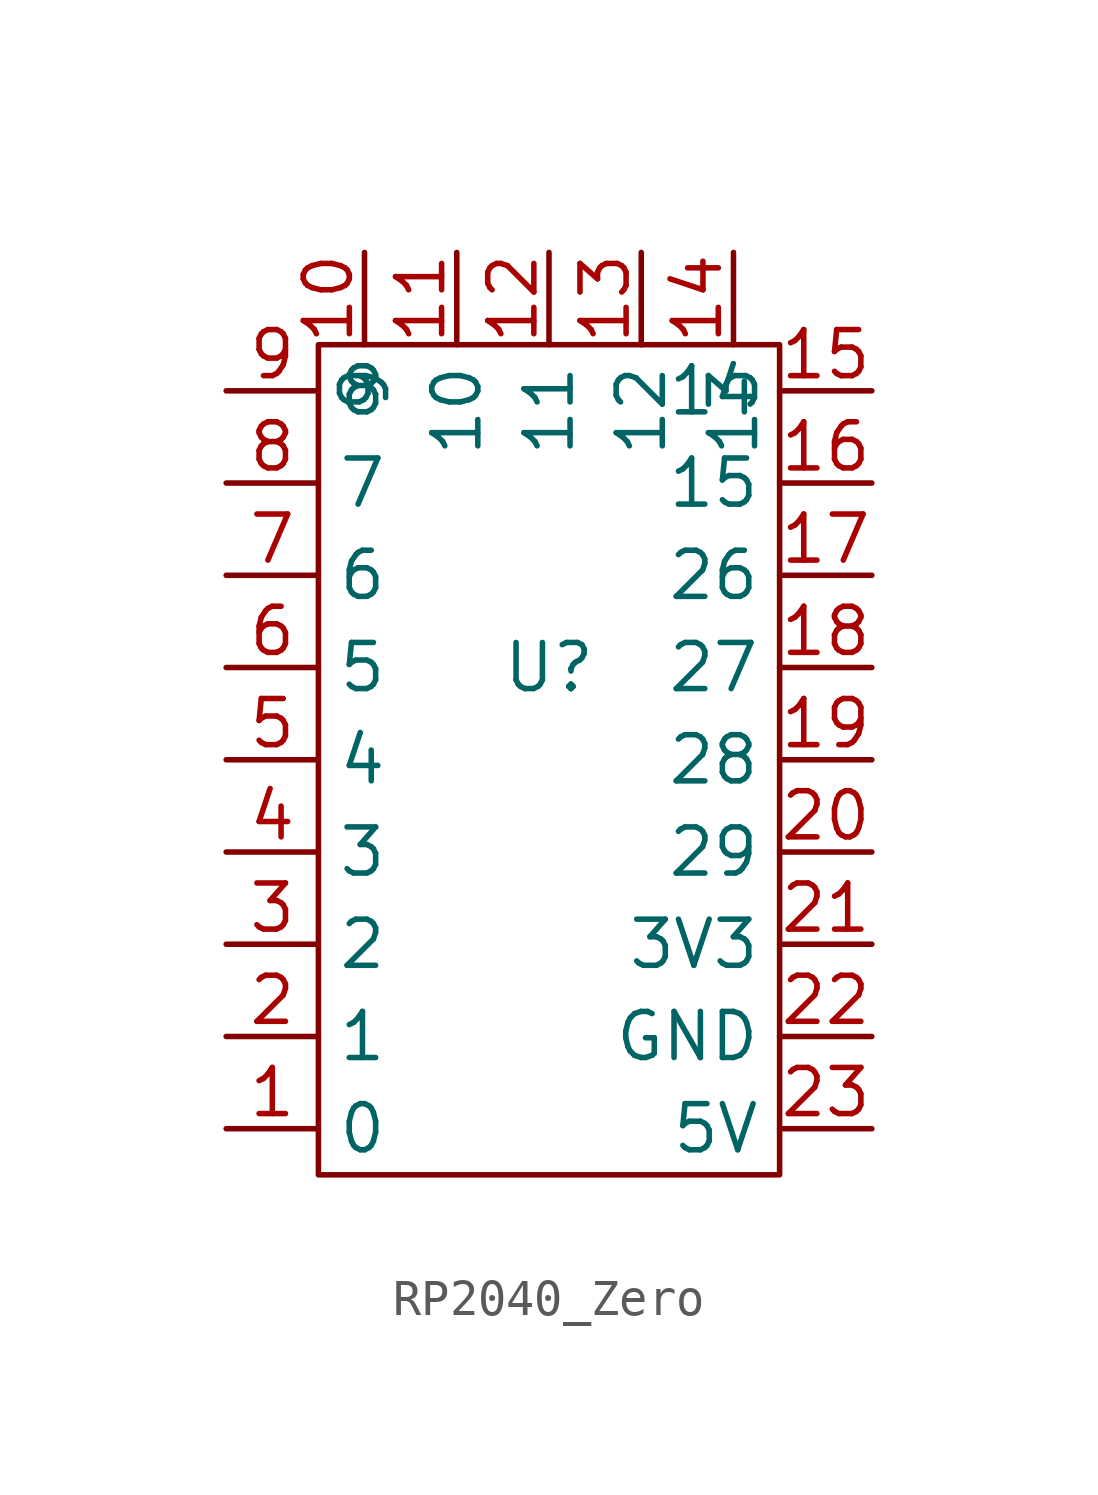
<source format=kicad_sym>
(kicad_symbol_lib
  (version 20231120)
  (generator "kicad_symbol_editor")
  (generator_version "8.0")
  (symbol "RP2040_Zero"
    (property "Reference" "U"
      (at 0 -3.81 0)
      (effects (font (size 1.27 1.27))))
    (property "Value" ""
      (at 0 -1.27 0)
      (effects (font (size 1.27 1.27))))
    (symbol "RP2040_Zero_0_1"
      (rectangle (start -6.35 5.08) (end 6.35 -17.78) (stroke (width 0) (type default)) (fill (type none))))
    (symbol "RP2040_Zero_1_1"
      (pin bidirectional line (at -8.89 -16.51 0) (length 2.54) (name "0" (effects (font (size 1.27 1.27)))) (number "1" (effects (font (size 1.27 1.27)))))
      (pin bidirectional line (at -5.08 7.62 270) (length 2.54) (name "9" (effects (font (size 1.27 1.27)))) (number "10" (effects (font (size 1.27 1.27)))))
      (pin bidirectional line (at -2.54 7.62 270) (length 2.54) (name "10" (effects (font (size 1.27 1.27)))) (number "11" (effects (font (size 1.27 1.27)))))
      (pin bidirectional line (at 0 7.62 270) (length 2.54) (name "11" (effects (font (size 1.27 1.27)))) (number "12" (effects (font (size 1.27 1.27)))))
      (pin bidirectional line (at 2.54 7.62 270) (length 2.54) (name "12" (effects (font (size 1.27 1.27)))) (number "13" (effects (font (size 1.27 1.27)))))
      (pin bidirectional line (at 5.08 7.62 270) (length 2.54) (name "13" (effects (font (size 1.27 1.27)))) (number "14" (effects (font (size 1.27 1.27)))))
      (pin bidirectional line (at 8.89 3.81 180) (length 2.54) (name "14" (effects (font (size 1.27 1.27)))) (number "15" (effects (font (size 1.27 1.27)))))
      (pin bidirectional line (at 8.89 1.27 180) (length 2.54) (name "15" (effects (font (size 1.27 1.27)))) (number "16" (effects (font (size 1.27 1.27)))))
      (pin bidirectional line (at 8.89 -1.27 180) (length 2.54) (name "26" (effects (font (size 1.27 1.27)))) (number "17" (effects (font (size 1.27 1.27)))))
      (pin bidirectional line (at 8.89 -3.81 180) (length 2.54) (name "27" (effects (font (size 1.27 1.27)))) (number "18" (effects (font (size 1.27 1.27)))))
      (pin bidirectional line (at 8.89 -6.35 180) (length 2.54) (name "28" (effects (font (size 1.27 1.27)))) (number "19" (effects (font (size 1.27 1.27)))))
      (pin bidirectional line (at -8.89 -13.97 0) (length 2.54) (name "1" (effects (font (size 1.27 1.27)))) (number "2" (effects (font (size 1.27 1.27)))))
      (pin bidirectional line (at 8.89 -8.89 180) (length 2.54) (name "29" (effects (font (size 1.27 1.27)))) (number "20" (effects (font (size 1.27 1.27)))))
      (pin bidirectional line (at 8.89 -11.43 180) (length 2.54) (name "3V3" (effects (font (size 1.27 1.27)))) (number "21" (effects (font (size 1.27 1.27)))))
      (pin bidirectional line (at 8.89 -13.97 180) (length 2.54) (name "GND" (effects (font (size 1.27 1.27)))) (number "22" (effects (font (size 1.27 1.27)))))
      (pin bidirectional line (at 8.89 -16.51 180) (length 2.54) (name "5V" (effects (font (size 1.27 1.27)))) (number "23" (effects (font (size 1.27 1.27)))))
      (pin bidirectional line (at -8.89 -11.43 0) (length 2.54) (name "2" (effects (font (size 1.27 1.27)))) (number "3" (effects (font (size 1.27 1.27)))))
      (pin bidirectional line (at -8.89 -8.89 0) (length 2.54) (name "3" (effects (font (size 1.27 1.27)))) (number "4" (effects (font (size 1.27 1.27)))))
      (pin bidirectional line (at -8.89 -6.35 0) (length 2.54) (name "4" (effects (font (size 1.27 1.27)))) (number "5" (effects (font (size 1.27 1.27)))))
      (pin bidirectional line (at -8.89 -3.81 0) (length 2.54) (name "5" (effects (font (size 1.27 1.27)))) (number "6" (effects (font (size 1.27 1.27)))))
      (pin bidirectional line (at -8.89 -1.27 0) (length 2.54) (name "6" (effects (font (size 1.27 1.27)))) (number "7" (effects (font (size 1.27 1.27)))))
      (pin bidirectional line (at -8.89 1.27 0) (length 2.54) (name "7" (effects (font (size 1.27 1.27)))) (number "8" (effects (font (size 1.27 1.27)))))
      (pin bidirectional line (at -8.89 3.81 0) (length 2.54) (name "8" (effects (font (size 1.27 1.27)))) (number "9" (effects (font (size 1.27 1.27))))))))
</source>
